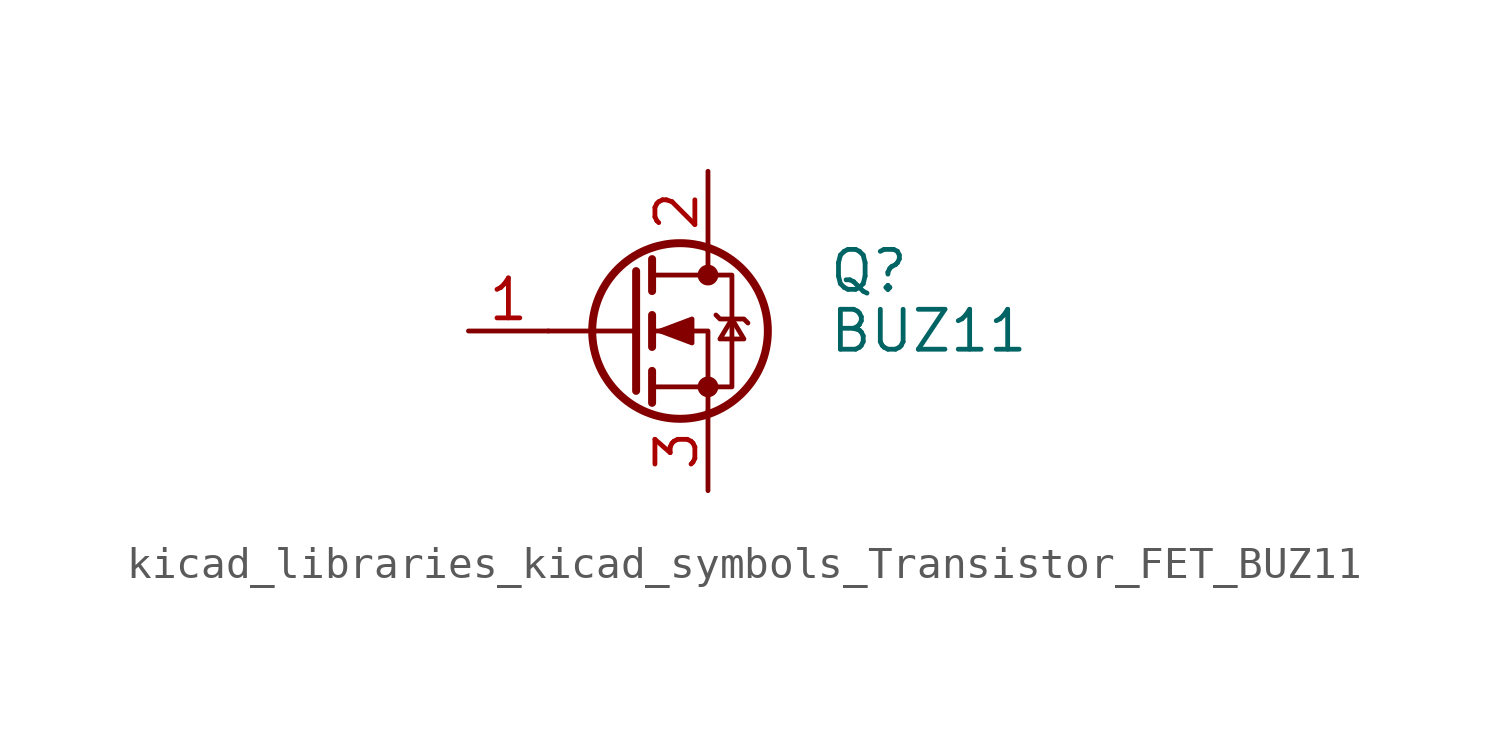
<source format=kicad_sym>
(kicad_symbol_lib
  (version 20220914)
  (generator kicad_symbol_editor)
  (symbol "kicad_libraries_kicad_symbols_Transistor_FET_BUZ11"
    (pin_names hide)
    (property "Reference" "Q"
      (at 6.35 1.905 0)
      (effects (font (size 1.27 1.27)) (justify left)))
    (property "Value" "BUZ11"
      (at 6.35 0 0)
      (effects (font (size 1.27 1.27)) (justify left)))
    (symbol "kicad_libraries_kicad_symbols_Transistor_FET_BUZ11_0_1"
      (polyline (pts (xy 0.254 0) (xy -2.54 0)) (stroke (width 0) (type default)) (fill (type none)))
      (polyline (pts (xy 0.254 1.905) (xy 0.254 -1.905)) (stroke (width 0.254) (type default)) (fill (type none)))
      (polyline (pts (xy 0.762 -1.27) (xy 0.762 -2.286)) (stroke (width 0.254) (type default)) (fill (type none)))
      (polyline (pts (xy 0.762 0.508) (xy 0.762 -0.508)) (stroke (width 0.254) (type default)) (fill (type none)))
      (polyline (pts (xy 0.762 2.286) (xy 0.762 1.27)) (stroke (width 0.254) (type default)) (fill (type none)))
      (polyline (pts (xy 2.54 2.54) (xy 2.54 1.778)) (stroke (width 0) (type default)) (fill (type none)))
      (polyline (pts (xy 2.54 -2.54) (xy 2.54 0) (xy 0.762 0)) (stroke (width 0) (type default)) (fill (type none)))
      (polyline (pts (xy 0.762 -1.778) (xy 3.302 -1.778) (xy 3.302 1.778) (xy 0.762 1.778)) (stroke (width 0) (type default)) (fill (type none)))
      (polyline (pts (xy 1.016 0) (xy 2.032 0.381) (xy 2.032 -0.381) (xy 1.016 0)) (stroke (width 0) (type default)) (fill (type outline)))
      (polyline (pts (xy 2.794 0.508) (xy 2.921 0.381) (xy 3.683 0.381) (xy 3.81 0.254)) (stroke (width 0) (type default)) (fill (type none)))
      (polyline (pts (xy 3.302 0.381) (xy 2.921 -0.254) (xy 3.683 -0.254) (xy 3.302 0.381)) (stroke (width 0) (type default)) (fill (type none)))
      (circle (center 1.651 0) (radius 2.794) (stroke (width 0.254) (type default)) (fill (type none)))
      (circle (center 2.54 -1.778) (radius 0.254) (stroke (width 0) (type default)) (fill (type outline)))
      (circle (center 2.54 1.778) (radius 0.254) (stroke (width 0) (type default)) (fill (type outline))))
    (symbol "kicad_libraries_kicad_symbols_Transistor_FET_BUZ11_1_1"
      (pin input line (at -5.08 0 0) (length 2.54) (name "G" (effects (font (size 1.27 1.27)))) (number "1" (effects (font (size 1.27 1.27)))))
      (pin passive line (at 2.54 5.08 270) (length 2.54) (name "D" (effects (font (size 1.27 1.27)))) (number "2" (effects (font (size 1.27 1.27)))))
      (pin passive line (at 2.54 -5.08 90) (length 2.54) (name "S" (effects (font (size 1.27 1.27)))) (number "3" (effects (font (size 1.27 1.27))))))))
</source>
